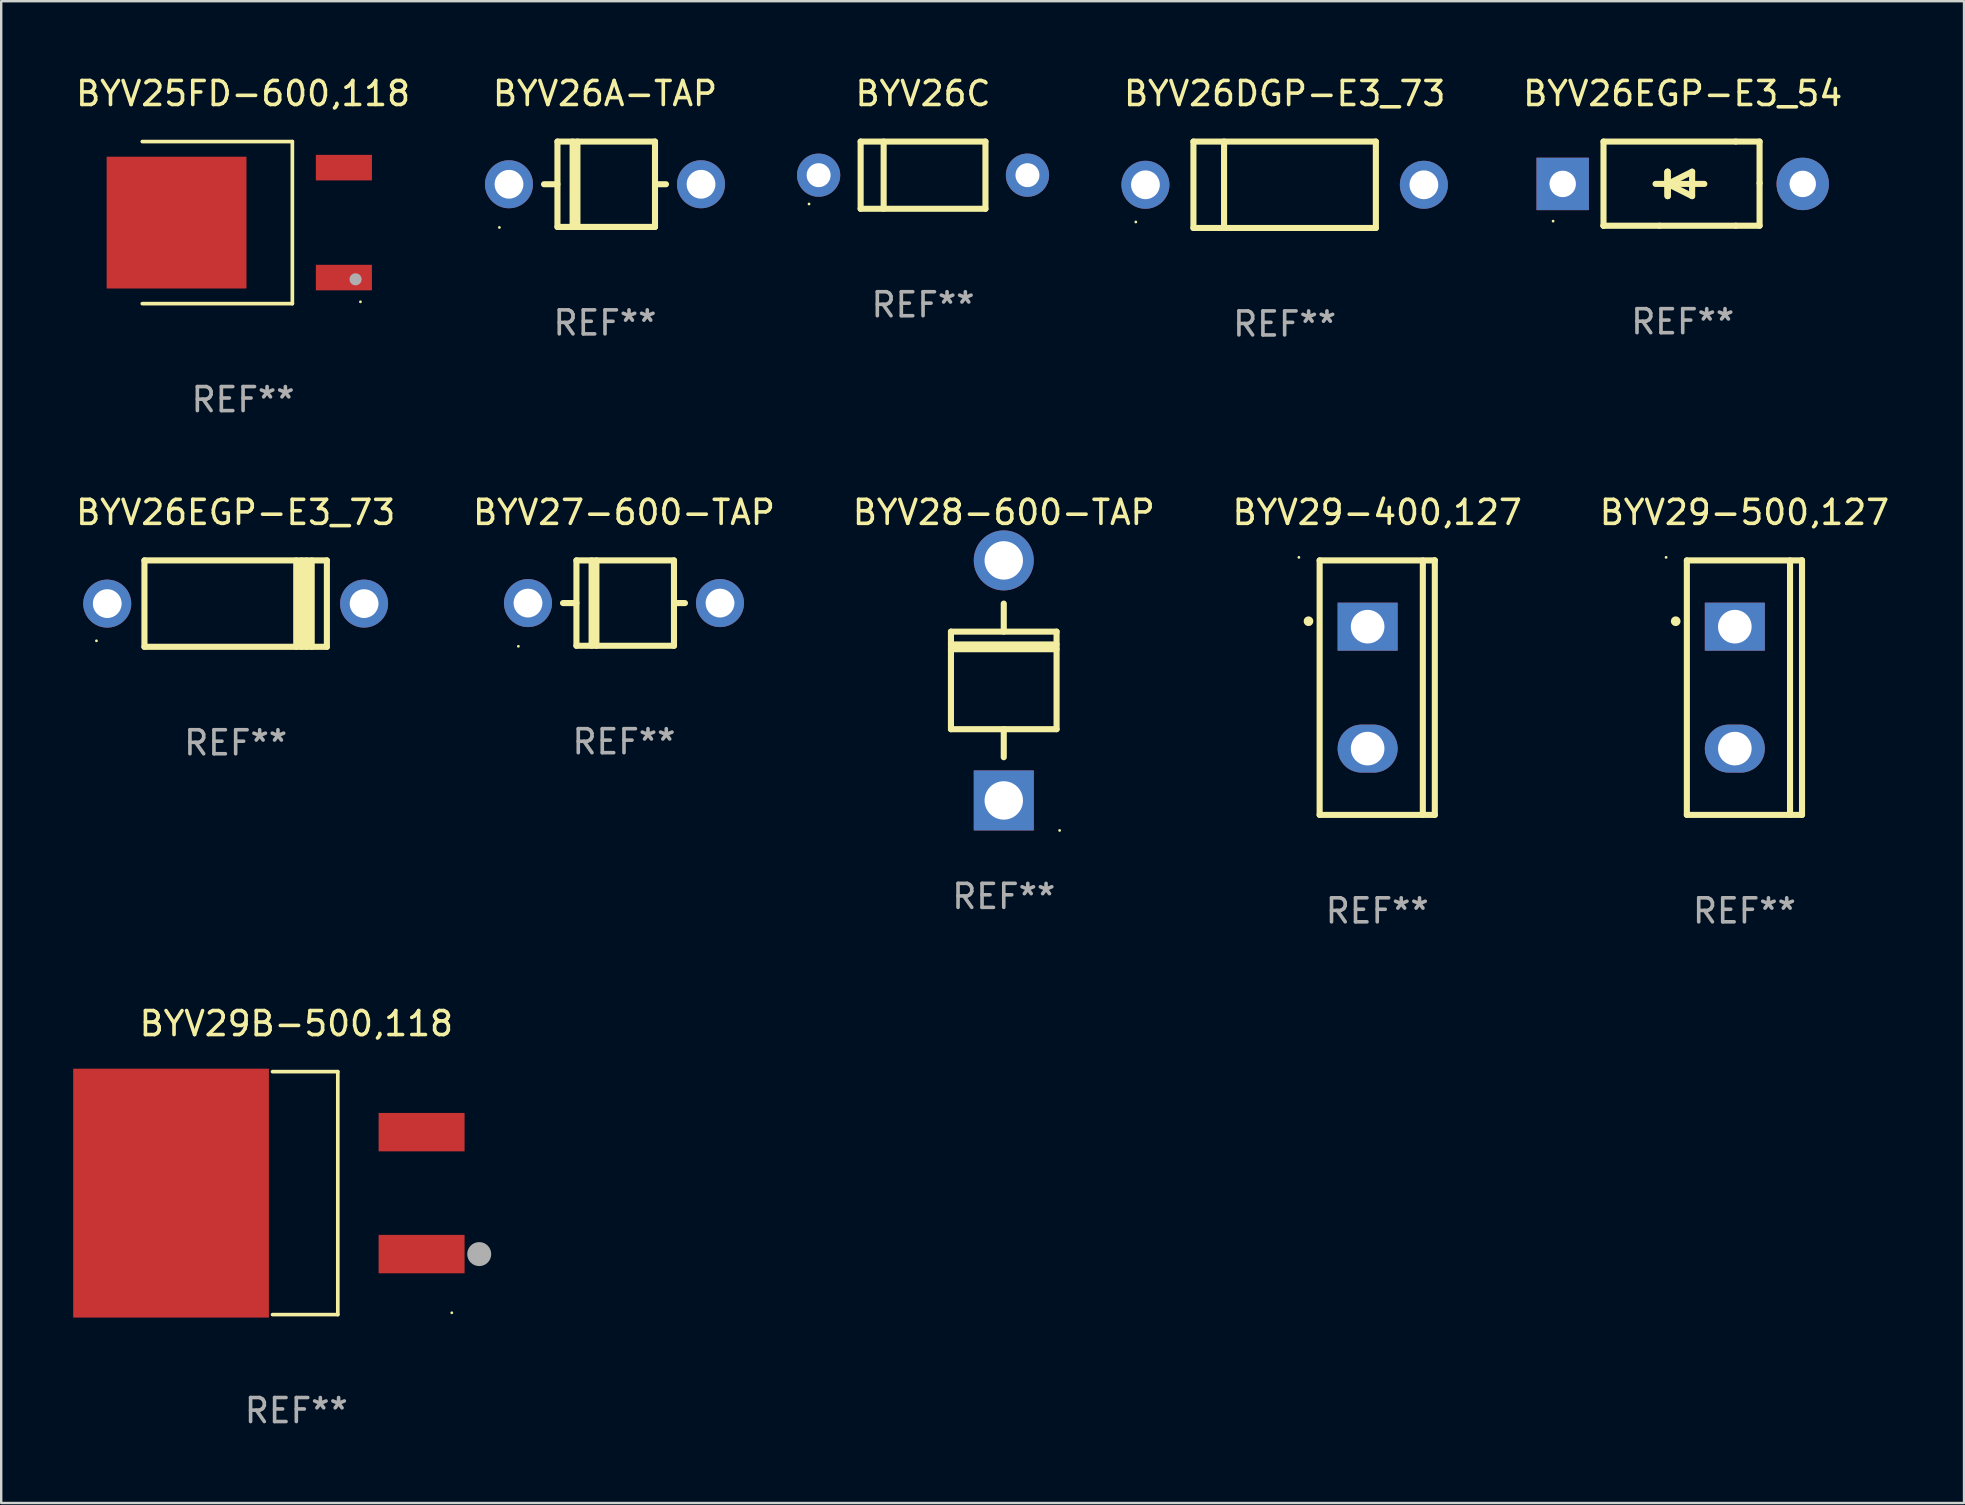
<source format=kicad_pcb>
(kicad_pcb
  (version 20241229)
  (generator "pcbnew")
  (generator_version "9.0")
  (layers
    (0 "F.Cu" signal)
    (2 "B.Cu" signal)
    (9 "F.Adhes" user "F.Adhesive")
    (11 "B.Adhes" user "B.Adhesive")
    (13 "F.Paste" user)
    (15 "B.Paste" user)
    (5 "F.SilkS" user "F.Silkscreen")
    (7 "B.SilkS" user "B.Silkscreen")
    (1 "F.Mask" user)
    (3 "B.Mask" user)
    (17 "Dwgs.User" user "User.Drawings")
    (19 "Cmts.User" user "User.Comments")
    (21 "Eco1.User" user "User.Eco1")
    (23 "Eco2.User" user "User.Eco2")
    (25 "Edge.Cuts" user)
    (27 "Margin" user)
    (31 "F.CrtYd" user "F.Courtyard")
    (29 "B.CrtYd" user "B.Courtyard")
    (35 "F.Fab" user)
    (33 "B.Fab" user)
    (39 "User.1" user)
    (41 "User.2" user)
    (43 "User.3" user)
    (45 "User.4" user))
  (footprint "BYV26EGP-E3_73"
    (layer "F.Cu")
    (at 6.768 22.097)
    (property "Reference" "BYV26EGP-E3_73" (at 0 -3.8 0) (layer "F.SilkS") (effects (font (size 1 1) (thickness 0.15))))
    (attr through_hole)
    (fp_line (start -3.8 1.8) (end -3.8 -1.8) (stroke (width 0.254) (type solid)) (layer "F.SilkS"))
    (fp_line (start 2.524 1.8) (end 2.524 -1.8) (stroke (width 0.254) (type solid)) (layer "F.SilkS"))
    (fp_line (start 2.75 1.8) (end 2.75 -1.8) (stroke (width 0.254) (type solid)) (layer "F.SilkS"))
    (fp_line (start 2.95 -1.8) (end 2.95 1.8) (stroke (width 0.254) (type solid)) (layer "F.SilkS"))
    (fp_line (start 3.168 -1.8) (end 3.168 1.8) (stroke (width 0.254) (type solid)) (layer "F.SilkS"))
    (fp_line (start 3.8 1.8) (end -3.8 1.8) (stroke (width 0.254) (type solid)) (layer "F.SilkS"))
    (fp_line (start 3.8 1.8) (end 3.8 -1.8) (stroke (width 0.254) (type solid)) (layer "F.SilkS"))
    (fp_line (start 3.8 -1.8) (end -3.8 -1.8) (stroke (width 0.254) (type solid)) (layer "F.SilkS"))
    (fp_circle (center -5.8 1.55) (end -5.77 1.55) (stroke (width 0.06) (type solid)) (fill no) (layer "F.SilkS"))
    (fp_text user "REF**" (at 0 5.8 0) (layer "F.Fab") (effects (font (size 1 1) (thickness 0.15))))
    (pad "1" thru_hole circle (at -5.35 0) (size 2 2) (drill 1.2) (layers "*.Cu" "*.Mask"))
    (pad "2" thru_hole circle (at 5.35 0) (size 2 2) (drill 1.2) (layers "*.Cu" "*.Mask")))
  (footprint "BYV26C"
    (layer "F.Cu")
    (at 35.405 4.248)
    (property "Reference" "BYV26C" (at 0 -3.4 0) (layer "F.SilkS") (effects (font (size 1 1) (thickness 0.15))))
    (attr through_hole)
    (fp_line (start -2.6 -1.4) (end -2.6 1.4) (stroke (width 0.254) (type solid)) (layer "F.SilkS"))
    (fp_line (start -2.6 -1.4) (end 2.6 -1.4) (stroke (width 0.254) (type solid)) (layer "F.SilkS"))
    (fp_line (start -2.6 1.4) (end 2.6 1.4) (stroke (width 0.254) (type solid)) (layer "F.SilkS"))
    (fp_line (start -1.641 -1.4) (end -1.641 1.4) (stroke (width 0.254) (type solid)) (layer "F.SilkS"))
    (fp_line (start 2.6 -1.4) (end 2.6 1.4) (stroke (width 0.254) (type solid)) (layer "F.SilkS"))
    (fp_circle (center -4.75 1.2) (end -4.72 1.2) (stroke (width 0.06) (type solid)) (fill no) (layer "F.SilkS"))
    (fp_text user "REF**" (at 0 5.4 0) (layer "F.Fab") (effects (font (size 1 1) (thickness 0.15))))
    (pad "1" thru_hole circle (at -4.35 0) (size 1.8 1.8) (drill 1) (layers "*.Cu" "*.Mask"))
    (pad "2" thru_hole circle (at 4.35 0) (size 1.8 1.8) (drill 1) (layers "*.Cu" "*.Mask")))
  (footprint "BYV26DGP-E3_73"
    (layer "F.Cu")
    (at 50.47 4.648)
    (property "Reference" "BYV26DGP-E3_73" (at 0 -3.8 0) (layer "F.SilkS") (effects (font (size 1 1) (thickness 0.15))))
    (attr through_hole)
    (fp_line (start -3.8 -1.8) (end -3.8 1.8) (stroke (width 0.254) (type solid)) (layer "F.SilkS"))
    (fp_line (start -3.8 -1.8) (end 3.8 -1.8) (stroke (width 0.254) (type solid)) (layer "F.SilkS"))
    (fp_line (start -3.8 1.8) (end 3.8 1.8) (stroke (width 0.254) (type solid)) (layer "F.SilkS"))
    (fp_line (start -2.524 -1.8) (end -2.524 1.8) (stroke (width 0.254) (type solid)) (layer "F.SilkS"))
    (fp_line (start 3.8 -1.8) (end 3.8 1.8) (stroke (width 0.254) (type solid)) (layer "F.SilkS"))
    (fp_circle (center -6.2 1.55) (end -6.17 1.55) (stroke (width 0.06) (type solid)) (fill no) (layer "F.SilkS"))
    (fp_text user "REF**" (at 0 5.8 0) (layer "F.Fab") (effects (font (size 1 1) (thickness 0.15))))
    (pad "1" thru_hole circle (at -5.8 0) (size 2 2) (drill 1.2) (layers "*.Cu" "*.Mask"))
    (pad "2" thru_hole circle (at 5.8 0) (size 2 2) (drill 1.2) (layers "*.Cu" "*.Mask")))
  (footprint "BYV29-400,127"
    (layer "F.Cu")
    (at 54.327 25.598)
    (property "Reference" "BYV29-400,127" (at 0 -7.301 0) (layer "F.SilkS") (effects (font (size 1 1) (thickness 0.15))))
    (attr through_hole)
    (fp_line (start -2.399 -5.301) (end 2.394 -5.301) (stroke (width 0.254) (type solid)) (layer "F.SilkS"))
    (fp_line (start -2.399 5.301) (end -2.399 -5.301) (stroke (width 0.254) (type solid)) (layer "F.SilkS"))
    (fp_line (start 1.9 5.3) (end 1.9 -5.3) (stroke (width 0.254) (type solid)) (layer "F.SilkS"))
    (fp_line (start 2.394 -5.301) (end 2.399 -5.301) (stroke (width 0.254) (type solid)) (layer "F.SilkS"))
    (fp_line (start 2.399 -5.301) (end 2.399 5.301) (stroke (width 0.254) (type solid)) (layer "F.SilkS"))
    (fp_line (start 2.399 5.301) (end -2.399 5.301) (stroke (width 0.254) (type solid)) (layer "F.SilkS"))
    (fp_arc (start -2.863843 -2.766066) (mid -2.863847 -2.767336) (end -2.863843 -2.768606) (stroke (width 0.4) (type solid)) (layer "F.SilkS"))
    (fp_circle (center -3.264 -5.428) (end -3.234 -5.428) (stroke (width 0.06) (type solid)) (fill no) (layer "F.SilkS"))
    (fp_text user "REF**" (at 0 9.301 0) (layer "F.Fab") (effects (font (size 1 1) (thickness 0.15))))
    (pad "1" thru_hole rect (at -0.4 -2.54 270) (size 2 2.5) (drill 1.4) (layers "*.Cu" "*.Mask"))
    (pad "2" thru_hole oval (at -0.4 2.54 270) (size 2 2.5) (drill 1.4) (layers "*.Cu" "*.Mask")))
  (footprint "BYV26A-TAP"
    (layer "F.Cu")
    (at 22.155 4.626)
    (property "Reference" "BYV26A-TAP" (at 0 -3.778 0) (layer "F.SilkS") (effects (font (size 1 1) (thickness 0.15))))
    (attr through_hole)
    (fp_line (start -1.981 -1.778) (end -1.981 1.778) (stroke (width 0.254) (type solid)) (layer "F.SilkS"))
    (fp_line (start -1.981 0) (end -2.54 0) (stroke (width 0.254) (type solid)) (layer "F.SilkS"))
    (fp_line (start -1.981 1.778) (end 2.083 1.778) (stroke (width 0.254) (type solid)) (layer "F.SilkS"))
    (fp_line (start -1.349 1.778) (end -1.349 -1.778) (stroke (width 0.254) (type solid)) (layer "F.SilkS"))
    (fp_line (start -1.149 1.778) (end -1.149 -1.778) (stroke (width 0.254) (type solid)) (layer "F.SilkS"))
    (fp_line (start 2.083 -1.778) (end -1.981 -1.778) (stroke (width 0.254) (type solid)) (layer "F.SilkS"))
    (fp_line (start 2.083 1.778) (end 2.083 -1.778) (stroke (width 0.254) (type solid)) (layer "F.SilkS"))
    (fp_line (start 2.54 0) (end 2.083 0) (stroke (width 0.254) (type solid)) (layer "F.SilkS"))
    (fp_circle (center -4.4 1.8) (end -4.37 1.8) (stroke (width 0.06) (type solid)) (fill no) (layer "F.SilkS"))
    (fp_text user "REF**" (at 0 5.778 0) (layer "F.Fab") (effects (font (size 1 1) (thickness 0.15))))
    (pad "1" thru_hole circle (at -4 0) (size 2 2) (drill 1.2) (layers "*.Cu" "*.Mask"))
    (pad "2" thru_hole circle (at 4 0) (size 2 2) (drill 1.2) (layers "*.Cu" "*.Mask")))
  (footprint "BYV26EGP-E3_54"
    (layer "F.Cu")
    (at 67.054 4.601)
    (property "Reference" "BYV26EGP-E3_54" (at 0 -3.753 0) (layer "F.SilkS") (effects (font (size 1 1) (thickness 0.15))))
    (attr through_hole)
    (fp_line (start -3.3 -1.753) (end 2.212 -1.753) (stroke (width 0.254) (type solid)) (layer "F.SilkS"))
    (fp_line (start -3.3 1.753) (end -3.3 -1.753) (stroke (width 0.254) (type solid)) (layer "F.SilkS"))
    (fp_line (start -3.3 1.753) (end -3.3 1.753) (stroke (width 0.254) (type solid)) (layer "F.SilkS"))
    (fp_line (start -0.968 1.753) (end -3.3 1.753) (stroke (width 0.254) (type solid)) (layer "F.SilkS"))
    (fp_line (start -0.636 -0.497) (end -0.636 0.519) (stroke (width 0.254) (type solid)) (layer "F.SilkS"))
    (fp_line (start -0.636 0.011) (end -0.636 -0.497) (stroke (width 0.254) (type solid)) (layer "F.SilkS"))
    (fp_line (start -0.624 0.011) (end -0.624 0.519) (stroke (width 0.254) (type solid)) (layer "F.SilkS"))
    (fp_line (start -0.624 0.011) (end 0.392 0.519) (stroke (width 0.254) (type solid)) (layer "F.SilkS"))
    (fp_line (start -0.624 0.519) (end -0.624 -0.497) (stroke (width 0.254) (type solid)) (layer "F.SilkS"))
    (fp_line (start 0.392 -0.497) (end -0.624 0.011) (stroke (width 0.254) (type solid)) (layer "F.SilkS"))
    (fp_line (start 0.392 0.519) (end 0.392 -0.497) (stroke (width 0.254) (type solid)) (layer "F.SilkS"))
    (fp_line (start 0.9 0.011) (end -1.132 0.011) (stroke (width 0.254) (type solid)) (layer "F.SilkS"))
    (fp_line (start 2.212 -1.753) (end 3.202 -1.753) (stroke (width 0.254) (type solid)) (layer "F.SilkS"))
    (fp_line (start 2.212 1.753) (end -0.968 1.753) (stroke (width 0.254) (type solid)) (layer "F.SilkS"))
    (fp_line (start 3.202 -1.753) (end 3.202 -0.025) (stroke (width 0.254) (type solid)) (layer "F.SilkS"))
    (fp_line (start 3.202 -0.025) (end 3.202 1.753) (stroke (width 0.254) (type solid)) (layer "F.SilkS"))
    (fp_line (start 3.202 1.753) (end 2.212 1.753) (stroke (width 0.254) (type solid)) (layer "F.SilkS"))
    (fp_circle (center -5.4 1.561) (end -5.37 1.561) (stroke (width 0.06) (type solid)) (fill no) (layer "F.SilkS"))
    (fp_text user "REF**" (at 0 5.753 0) (layer "F.Fab") (effects (font (size 1 1) (thickness 0.15))))
    (pad "1" thru_hole rect (at -5 0.011 180) (size 2.184 2.184) (drill 1.102) (layers "*.Cu" "*.Mask"))
    (pad "2" thru_hole circle (at 5 0.011) (size 2.184 2.184) (drill 1.102) (layers "*.Cu" "*.Mask")))
  (footprint "BYV25FD-600,118"
    (layer "F.Cu")
    (at 7.077 6.224)
    (property "Reference" "BYV25FD-600,118" (at 0 -5.376 0) (layer "F.SilkS") (effects (font (size 1 1) (thickness 0.15))))
    (attr through_hole)
    (fp_line (start -4.2 -3.376) (end 2.053 -3.376) (stroke (width 0.152) (type solid)) (layer "F.SilkS"))
    (fp_line (start -4.2 3.376) (end 2.053 3.376) (stroke (width 0.152) (type solid)) (layer "F.SilkS"))
    (fp_line (start 2.053 3.376) (end 2.053 -3.376) (stroke (width 0.152) (type solid)) (layer "F.SilkS"))
    (fp_circle (center 4.889 3.3) (end 4.919 3.3) (stroke (width 0.06) (type solid)) (fill no) (layer "F.SilkS"))
    (fp_circle (center 4.686 2.362) (end 4.813 2.362) (stroke (width 0.254) (type solid)) (fill no) (layer "F.Fab"))
    (fp_text user "REF**" (at 0 7.376 0) (layer "F.Fab") (effects (font (size 1 1) (thickness 0.15))))
    (pad "1" smd rect (at 4.2 2.29) (size 2.336 1.064) (layers "F.Cu" "F.Mask" "F.Paste"))
    (pad "3" smd rect (at 4.2 -2.29) (size 2.336 1.064) (layers "F.Cu" "F.Mask" "F.Paste"))
    (pad "4" smd rect (at -2.771 0) (size 5.826 5.491) (layers "F.Cu" "F.Mask" "F.Paste")))
  (footprint "BYV29B-500,118"
    (layer "F.Cu")
    (at 9.295 46.657)
    (property "Reference" "BYV29B-500,118" (at 0 -7.061 0) (layer "F.SilkS") (effects (font (size 1 1) (thickness 0.15))))
    (attr through_hole)
    (fp_line (start -0.991 -5.061) (end 1.728 -5.061) (stroke (width 0.152) (type solid)) (layer "F.SilkS"))
    (fp_line (start -0.991 5.061) (end 1.728 5.061) (stroke (width 0.152) (type solid)) (layer "F.SilkS"))
    (fp_line (start 1.728 5.061) (end 1.728 -5.061) (stroke (width 0.152) (type solid)) (layer "F.SilkS"))
    (fp_circle (center 6.477 4.985) (end 6.507 4.985) (stroke (width 0.06) (type solid)) (fill no) (layer "F.SilkS"))
    (fp_circle (center 7.62 2.54) (end 7.87 2.54) (stroke (width 0.5) (type solid)) (fill no) (layer "F.Fab"))
    (fp_text user "REF**" (at 0 9.061 0) (layer "F.Fab") (effects (font (size 1 1) (thickness 0.15))))
    (pad "1" smd rect (at 5.219 2.54) (size 3.581 1.6) (layers "F.Cu" "F.Mask" "F.Paste"))
    (pad "3" smd rect (at 5.219 -2.54) (size 3.581 1.6) (layers "F.Cu" "F.Mask" "F.Paste"))
    (pad "4" smd rect (at -5.219 0) (size 8.153 10.369) (layers "F.Cu" "F.Mask" "F.Paste")))
  (footprint "BYV28-600-TAP"
    (layer "F.Cu")
    (at 38.768 25.297)
    (property "Reference" "BYV28-600-TAP" (at 0 -7 0) (layer "F.SilkS") (effects (font (size 1 1) (thickness 0.15))))
    (attr through_hole)
    (fp_line (start -2.2 -2.032) (end 2.2 -2.032) (stroke (width 0.254) (type solid)) (layer "F.SilkS"))
    (fp_line (start -2.2 -1.5) (end 2.2 -1.5) (stroke (width 0.254) (type solid)) (layer "F.SilkS"))
    (fp_line (start -2.2 -1.3) (end 2.2 -1.3) (stroke (width 0.254) (type solid)) (layer "F.SilkS"))
    (fp_line (start -2.2 2.032) (end -2.2 -2.032) (stroke (width 0.254) (type solid)) (layer "F.SilkS"))
    (fp_line (start 0 -2.032) (end 0 -3.2) (stroke (width 0.254) (type solid)) (layer "F.SilkS"))
    (fp_line (start 0 3.2) (end 0 2.032) (stroke (width 0.254) (type solid)) (layer "F.SilkS"))
    (fp_line (start 2.2 -2.032) (end 2.2 2.032) (stroke (width 0.254) (type solid)) (layer "F.SilkS"))
    (fp_line (start 2.2 2.032) (end -2.2 2.032) (stroke (width 0.254) (type solid)) (layer "F.SilkS"))
    (fp_circle (center 2.327 6.25) (end 2.357 6.25) (stroke (width 0.06) (type solid)) (fill no) (layer "F.SilkS"))
    (fp_text user "REF**" (at 0 9 0) (layer "F.Fab") (effects (font (size 1 1) (thickness 0.15))))
    (pad "1" thru_hole rect (at 0 5 90) (size 2.5 2.5) (drill 1.6) (layers "*.Cu" "*.Mask"))
    (pad "2" thru_hole circle (at 0 -5) (size 2.5 2.5) (drill 1.6) (layers "*.Cu" "*.Mask")))
  (footprint "BYV29-500,127"
    (layer "F.Cu")
    (at 69.625 25.598)
    (property "Reference" "BYV29-500,127" (at 0 -7.301 0) (layer "F.SilkS") (effects (font (size 1 1) (thickness 0.15))))
    (attr through_hole)
    (fp_line (start -2.399 -5.301) (end 2.394 -5.301) (stroke (width 0.254) (type solid)) (layer "F.SilkS"))
    (fp_line (start -2.399 5.301) (end -2.399 -5.301) (stroke (width 0.254) (type solid)) (layer "F.SilkS"))
    (fp_line (start 1.9 5.3) (end 1.9 -5.3) (stroke (width 0.254) (type solid)) (layer "F.SilkS"))
    (fp_line (start 2.394 -5.301) (end 2.399 -5.301) (stroke (width 0.254) (type solid)) (layer "F.SilkS"))
    (fp_line (start 2.399 -5.301) (end 2.399 5.301) (stroke (width 0.254) (type solid)) (layer "F.SilkS"))
    (fp_line (start 2.399 5.301) (end -2.399 5.301) (stroke (width 0.254) (type solid)) (layer "F.SilkS"))
    (fp_arc (start -2.863843 -2.766066) (mid -2.863847 -2.767336) (end -2.863843 -2.768606) (stroke (width 0.4) (type solid)) (layer "F.SilkS"))
    (fp_circle (center -3.264 -5.428) (end -3.234 -5.428) (stroke (width 0.06) (type solid)) (fill no) (layer "F.SilkS"))
    (fp_text user "REF**" (at 0 9.301 0) (layer "F.Fab") (effects (font (size 1 1) (thickness 0.15))))
    (pad "1" thru_hole rect (at -0.4 -2.54 270) (size 2 2.5) (drill 1.4) (layers "*.Cu" "*.Mask"))
    (pad "2" thru_hole oval (at -0.4 2.54 270) (size 2 2.5) (drill 1.4) (layers "*.Cu" "*.Mask")))
  (footprint "BYV27-600-TAP"
    (layer "F.Cu")
    (at 22.946 22.075)
    (property "Reference" "BYV27-600-TAP" (at 0 -3.778 0) (layer "F.SilkS") (effects (font (size 1 1) (thickness 0.15))))
    (attr through_hole)
    (fp_line (start -1.981 -1.778) (end -1.981 1.778) (stroke (width 0.254) (type solid)) (layer "F.SilkS"))
    (fp_line (start -1.981 0) (end -2.54 0) (stroke (width 0.254) (type solid)) (layer "F.SilkS"))
    (fp_line (start -1.981 1.778) (end 2.083 1.778) (stroke (width 0.254) (type solid)) (layer "F.SilkS"))
    (fp_line (start -1.349 1.778) (end -1.349 -1.778) (stroke (width 0.254) (type solid)) (layer "F.SilkS"))
    (fp_line (start -1.149 1.778) (end -1.149 -1.778) (stroke (width 0.254) (type solid)) (layer "F.SilkS"))
    (fp_line (start 2.083 -1.778) (end -1.981 -1.778) (stroke (width 0.254) (type solid)) (layer "F.SilkS"))
    (fp_line (start 2.083 1.778) (end 2.083 -1.778) (stroke (width 0.254) (type solid)) (layer "F.SilkS"))
    (fp_line (start 2.54 0) (end 2.083 0) (stroke (width 0.254) (type solid)) (layer "F.SilkS"))
    (fp_circle (center -4.4 1.8) (end -4.37 1.8) (stroke (width 0.06) (type solid)) (fill no) (layer "F.SilkS"))
    (fp_text user "REF**" (at 0 5.778 0) (layer "F.Fab") (effects (font (size 1 1) (thickness 0.15))))
    (pad "1" thru_hole circle (at -4 0) (size 2 2) (drill 1.2) (layers "*.Cu" "*.Mask"))
    (pad "2" thru_hole circle (at 4 0) (size 2 2) (drill 1.2) (layers "*.Cu" "*.Mask")))
  (gr_rect
    (start -3 -3)
    (end 78.774 59.566)
    (stroke (width 0.1) (type default))
    (fill no)
    (layer "Edge.Cuts")))
</source>
